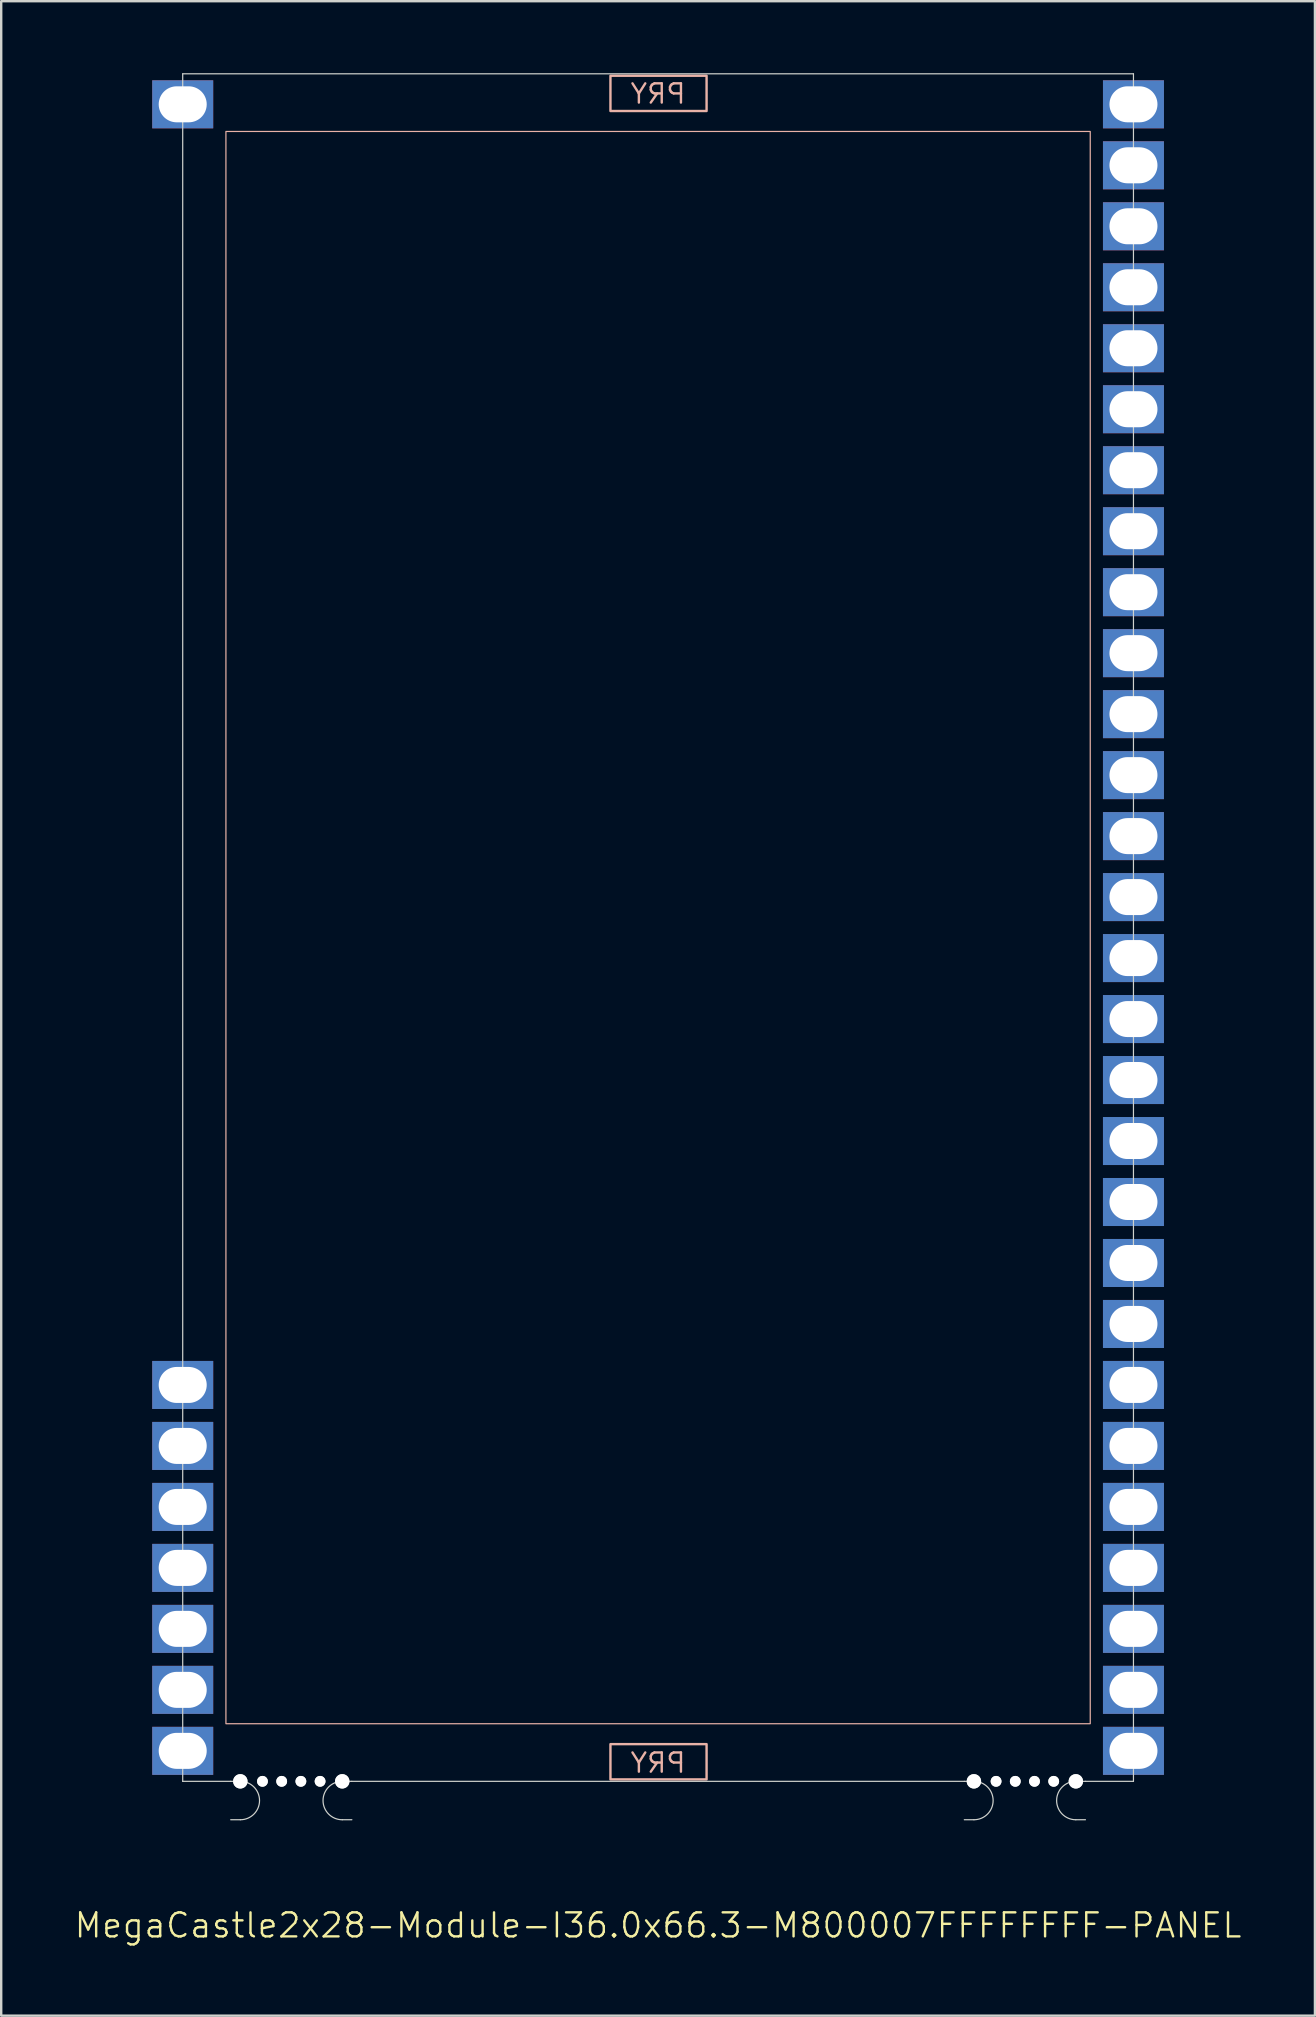
<source format=kicad_pcb>
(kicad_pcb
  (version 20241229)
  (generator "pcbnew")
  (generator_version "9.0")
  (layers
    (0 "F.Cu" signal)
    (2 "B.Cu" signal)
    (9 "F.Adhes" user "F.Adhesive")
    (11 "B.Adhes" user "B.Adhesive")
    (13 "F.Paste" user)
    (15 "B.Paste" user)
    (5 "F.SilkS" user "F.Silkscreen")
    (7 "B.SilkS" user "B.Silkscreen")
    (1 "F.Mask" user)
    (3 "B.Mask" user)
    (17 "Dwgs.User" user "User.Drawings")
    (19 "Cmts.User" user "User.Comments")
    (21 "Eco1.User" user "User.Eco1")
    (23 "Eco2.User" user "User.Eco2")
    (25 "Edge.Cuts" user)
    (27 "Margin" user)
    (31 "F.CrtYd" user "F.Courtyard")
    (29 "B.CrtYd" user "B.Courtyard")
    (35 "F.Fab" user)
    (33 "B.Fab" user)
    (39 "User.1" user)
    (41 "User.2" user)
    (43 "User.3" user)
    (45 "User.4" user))
  (footprint "MegaCastle2x28-Module-I36.0x66.3-M800007FFFFFFFF-PANEL"
    (layer "F.Cu")
    (at 24.36 35.585)
    (property "Reference" "MegaCastle2x28-Module-I36.0x66.3-M800007FFFFFFFF-PANEL" (at 0 41.56 0) (unlocked yes) (layer "F.SilkS") (effects (font (size 1 1) (thickness 0.1))))
    (attr smd)
    (fp_rect (start -18 33.16) (end 18 -33.16) (stroke (width 0.05) (type default)) (fill no) (layer "B.SilkS"))
    (fp_rect (start -1.984 -34.011) (end 2.02 -35.48) (stroke (width 0.1) (type default)) (fill no) (layer "B.SilkS"))
    (fp_rect (start -1.984 34.011) (end 2.02 35.48) (stroke (width 0.1) (type default)) (fill no) (layer "B.SilkS"))
    (fp_line (start -19.8 -35.56) (end -19.8 35.56) (stroke (width 0.05) (type default)) (layer "Edge.Cuts"))
    (fp_line (start -19.8 -35.56) (end 19.8 -35.56) (stroke (width 0.05) (type default)) (layer "Edge.Cuts"))
    (fp_line (start -19.8 35.56) (end -17.8 35.56) (stroke (width 0.05) (type default)) (layer "Edge.Cuts"))
    (fp_line (start -17.8 35.56) (end -17.4 35.56) (stroke (width 0.05) (type default)) (layer "Edge.Cuts"))
    (fp_line (start -17.8 37.16) (end -17.4 37.16) (stroke (width 0.05) (type default)) (layer "Edge.Cuts"))
    (fp_line (start -12.755 35.56) (end -13.155 35.56) (stroke (width 0.05) (type default)) (layer "Edge.Cuts"))
    (fp_line (start -12.755 35.56) (end 12.755 35.56) (stroke (width 0.05) (type default)) (layer "Edge.Cuts"))
    (fp_line (start -12.755 37.16) (end -13.155 37.16) (stroke (width 0.05) (type default)) (layer "Edge.Cuts"))
    (fp_line (start 12.755 35.56) (end 13.155 35.56) (stroke (width 0.05) (type default)) (layer "Edge.Cuts"))
    (fp_line (start 12.755 37.16) (end 13.155 37.16) (stroke (width 0.05) (type default)) (layer "Edge.Cuts"))
    (fp_line (start 17.8 35.56) (end 17.4 35.56) (stroke (width 0.05) (type default)) (layer "Edge.Cuts"))
    (fp_line (start 17.8 35.56) (end 19.8 35.56) (stroke (width 0.05) (type default)) (layer "Edge.Cuts"))
    (fp_line (start 17.8 37.16) (end 17.4 37.16) (stroke (width 0.05) (type default)) (layer "Edge.Cuts"))
    (fp_line (start 19.8 -35.56) (end 19.8 35.56) (stroke (width 0.05) (type default)) (layer "Edge.Cuts"))
    (fp_arc (start -17.4 35.560001) (mid -16.6 36.360001) (end -17.4 37.16) (stroke (width 0.05) (type default)) (layer "Edge.Cuts"))
    (fp_arc (start -13.155 37.16) (mid -13.954999 36.360001) (end -13.155 35.560001) (stroke (width 0.05) (type default)) (layer "Edge.Cuts"))
    (fp_arc (start 13.155001 35.560001) (mid 13.955 36.360001) (end 13.155001 37.16) (stroke (width 0.05) (type default)) (layer "Edge.Cuts"))
    (fp_arc (start 17.4 37.16) (mid 16.6 36.36) (end 17.4 35.560001) (stroke (width 0.05) (type default)) (layer "Edge.Cuts"))
    (fp_text user "PRY" (at 0 -34.26 0) (unlocked yes) (layer "B.SilkS") (effects (font (size 0.8 0.8) (thickness 0.1)) (justify bottom mirror)))
    (fp_text user "PRY" (at 0 35.26 0) (unlocked yes) (layer "B.SilkS") (effects (font (size 0.8 0.8) (thickness 0.1)) (justify bottom mirror)))
    (pad "" np_thru_hole circle (at -17.4 35.56) (size 0.6 0.6) (drill 0.6) (layers "*.Cu" "Edge.Cuts"))
    (pad "" np_thru_hole circle (at -16.478 35.56) (size 0.45 0.45) (drill 0.45) (layers "*.Cu" "Edge.Cuts"))
    (pad "" np_thru_hole circle (at -15.678 35.56) (size 0.45 0.45) (drill 0.45) (layers "*.Cu" "Edge.Cuts"))
    (pad "" np_thru_hole circle (at -14.878 35.56) (size 0.45 0.45) (drill 0.45) (layers "*.Cu" "Edge.Cuts"))
    (pad "" np_thru_hole circle (at -14.078 35.56) (size 0.45 0.45) (drill 0.45) (layers "*.Cu" "Edge.Cuts"))
    (pad "" np_thru_hole circle (at -13.155 35.56) (size 0.6 0.6) (drill 0.6) (layers "*.Cu" "Edge.Cuts"))
    (pad "" np_thru_hole circle (at 13.155 35.56) (size 0.6 0.6) (drill 0.6) (layers "*.Cu" "Edge.Cuts"))
    (pad "" np_thru_hole circle (at 14.078 35.56) (size 0.45 0.45) (drill 0.45) (layers "*.Cu" "Edge.Cuts"))
    (pad "" np_thru_hole circle (at 14.878 35.56) (size 0.45 0.45) (drill 0.45) (layers "*.Cu" "Edge.Cuts"))
    (pad "" np_thru_hole circle (at 15.678 35.56) (size 0.45 0.45) (drill 0.45) (layers "*.Cu" "Edge.Cuts"))
    (pad "" np_thru_hole circle (at 16.478 35.56) (size 0.45 0.45) (drill 0.45) (layers "*.Cu" "Edge.Cuts"))
    (pad "" np_thru_hole circle (at 17.4 35.56) (size 0.6 0.6) (drill 0.6) (layers "*.Cu" "Edge.Cuts"))
    (pad "1" thru_hole rect (at -19.8 -34.29) (size 2.54 2) (drill oval 2 1.5) (property pad_prop_castellated) (layers "*.Cu" "*.Mask"))
    (pad "22" thru_hole rect (at -19.8 19.05) (size 2.54 2) (drill oval 2 1.5) (property pad_prop_castellated) (layers "*.Cu" "*.Mask"))
    (pad "23" thru_hole rect (at -19.8 21.59) (size 2.54 2) (drill oval 2 1.5) (property pad_prop_castellated) (layers "*.Cu" "*.Mask"))
    (pad "24" thru_hole rect (at -19.8 24.13) (size 2.54 2) (drill oval 2 1.5) (property pad_prop_castellated) (layers "*.Cu" "*.Mask"))
    (pad "25" thru_hole rect (at -19.8 26.67) (size 2.54 2) (drill oval 2 1.5) (property pad_prop_castellated) (layers "*.Cu" "*.Mask"))
    (pad "26" thru_hole rect (at -19.8 29.21) (size 2.54 2) (drill oval 2 1.5) (property pad_prop_castellated) (layers "*.Cu" "*.Mask"))
    (pad "27" thru_hole rect (at -19.8 31.75) (size 2.54 2) (drill oval 2 1.5) (property pad_prop_castellated) (layers "*.Cu" "*.Mask"))
    (pad "28" thru_hole rect (at -19.8 34.29) (size 2.54 2) (drill oval 2 1.5) (property pad_prop_castellated) (layers "*.Cu" "*.Mask"))
    (pad "29" thru_hole rect (at 19.8 -34.29) (size 2.54 2) (drill oval 2 1.5) (property pad_prop_castellated) (layers "*.Cu" "*.Mask"))
    (pad "30" thru_hole rect (at 19.8 -31.75) (size 2.54 2) (drill oval 2 1.5) (property pad_prop_castellated) (layers "*.Cu" "*.Mask"))
    (pad "31" thru_hole rect (at 19.8 -29.21) (size 2.54 2) (drill oval 2 1.5) (property pad_prop_castellated) (layers "*.Cu" "*.Mask"))
    (pad "32" thru_hole rect (at 19.8 -26.67) (size 2.54 2) (drill oval 2 1.5) (property pad_prop_castellated) (layers "*.Cu" "*.Mask"))
    (pad "33" thru_hole rect (at 19.8 -24.13) (size 2.54 2) (drill oval 2 1.5) (property pad_prop_castellated) (layers "*.Cu" "*.Mask"))
    (pad "34" thru_hole rect (at 19.8 -21.59) (size 2.54 2) (drill oval 2 1.5) (property pad_prop_castellated) (layers "*.Cu" "*.Mask"))
    (pad "35" thru_hole rect (at 19.8 -19.05) (size 2.54 2) (drill oval 2 1.5) (property pad_prop_castellated) (layers "*.Cu" "*.Mask"))
    (pad "36" thru_hole rect (at 19.8 -16.51) (size 2.54 2) (drill oval 2 1.5) (property pad_prop_castellated) (layers "*.Cu" "*.Mask"))
    (pad "37" thru_hole rect (at 19.8 -13.97) (size 2.54 2) (drill oval 2 1.5) (property pad_prop_castellated) (layers "*.Cu" "*.Mask"))
    (pad "38" thru_hole rect (at 19.8 -11.43) (size 2.54 2) (drill oval 2 1.5) (property pad_prop_castellated) (layers "*.Cu" "*.Mask"))
    (pad "39" thru_hole rect (at 19.8 -8.89) (size 2.54 2) (drill oval 2 1.5) (property pad_prop_castellated) (layers "*.Cu" "*.Mask"))
    (pad "40" thru_hole rect (at 19.8 -6.35) (size 2.54 2) (drill oval 2 1.5) (property pad_prop_castellated) (layers "*.Cu" "*.Mask"))
    (pad "41" thru_hole rect (at 19.8 -3.81) (size 2.54 2) (drill oval 2 1.5) (property pad_prop_castellated) (layers "*.Cu" "*.Mask"))
    (pad "42" thru_hole rect (at 19.8 -1.27) (size 2.54 2) (drill oval 2 1.5) (property pad_prop_castellated) (layers "*.Cu" "*.Mask"))
    (pad "43" thru_hole rect (at 19.8 1.27) (size 2.54 2) (drill oval 2 1.5) (property pad_prop_castellated) (layers "*.Cu" "*.Mask"))
    (pad "44" thru_hole rect (at 19.8 3.81) (size 2.54 2) (drill oval 2 1.5) (property pad_prop_castellated) (layers "*.Cu" "*.Mask"))
    (pad "45" thru_hole rect (at 19.8 6.35) (size 2.54 2) (drill oval 2 1.5) (property pad_prop_castellated) (layers "*.Cu" "*.Mask"))
    (pad "46" thru_hole rect (at 19.8 8.89) (size 2.54 2) (drill oval 2 1.5) (property pad_prop_castellated) (layers "*.Cu" "*.Mask"))
    (pad "47" thru_hole rect (at 19.8 11.43) (size 2.54 2) (drill oval 2 1.5) (property pad_prop_castellated) (layers "*.Cu" "*.Mask"))
    (pad "48" thru_hole rect (at 19.8 13.97) (size 2.54 2) (drill oval 2 1.5) (property pad_prop_castellated) (layers "*.Cu" "*.Mask"))
    (pad "49" thru_hole rect (at 19.8 16.51) (size 2.54 2) (drill oval 2 1.5) (property pad_prop_castellated) (layers "*.Cu" "*.Mask"))
    (pad "50" thru_hole rect (at 19.8 19.05) (size 2.54 2) (drill oval 2 1.5) (property pad_prop_castellated) (layers "*.Cu" "*.Mask"))
    (pad "51" thru_hole rect (at 19.8 21.59) (size 2.54 2) (drill oval 2 1.5) (property pad_prop_castellated) (layers "*.Cu" "*.Mask"))
    (pad "52" thru_hole rect (at 19.8 24.13) (size 2.54 2) (drill oval 2 1.5) (property pad_prop_castellated) (layers "*.Cu" "*.Mask"))
    (pad "53" thru_hole rect (at 19.8 26.67) (size 2.54 2) (drill oval 2 1.5) (property pad_prop_castellated) (layers "*.Cu" "*.Mask"))
    (pad "54" thru_hole rect (at 19.8 29.21) (size 2.54 2) (drill oval 2 1.5) (property pad_prop_castellated) (layers "*.Cu" "*.Mask"))
    (pad "55" thru_hole rect (at 19.8 31.75) (size 2.54 2) (drill oval 2 1.5) (property pad_prop_castellated) (layers "*.Cu" "*.Mask"))
    (pad "56" thru_hole rect (at 19.8 34.29) (size 2.54 2) (drill oval 2 1.5) (property pad_prop_castellated) (layers "*.Cu" "*.Mask"))
    (zone (net_name "") (layer "B.Cu") (hatch edge 0.5) (connect_pads) (min_thickness 0.25) (filled_areas_thickness no) (keepout (tracks allowed) (vias allowed) (pads allowed) (copperpour allowed) (footprints not_allowed)) (placement (enabled no)) (fill) (polygon (pts (xy 4.56 71.145) (xy 4.56 0.025) (xy 6.36 0.025) (xy 6.36 71.145))))
    (zone (net_name "") (layer "B.Cu") (hatch edge 0.5) (connect_pads) (min_thickness 0.25) (filled_areas_thickness no) (keepout (tracks allowed) (vias allowed) (pads allowed) (copperpour allowed) (footprints not_allowed)) (placement (enabled no)) (fill) (polygon (pts (xy 6.36 0.025) (xy 6.36 2.425) (xy 42.36 2.425) (xy 42.36 0.025))))
    (zone (net_name "") (layer "B.Cu") (hatch edge 0.5) (connect_pads) (min_thickness 0.25) (filled_areas_thickness no) (keepout (tracks allowed) (vias allowed) (pads allowed) (copperpour allowed) (footprints not_allowed)) (placement (enabled no)) (fill) (polygon (pts (xy 6.36 71.145) (xy 6.36 68.745) (xy 42.36 68.745) (xy 42.36 71.145))))
    (zone (net_name "") (layer "B.Cu") (name "Upper Pry Zone") (hatch edge 0.5) (connect_pads) (min_thickness 0.25) (filled_areas_thickness no) (keepout (tracks not_allowed) (vias not_allowed) (pads not_allowed) (copperpour allowed) (footprints not_allowed)) (placement (enabled no)) (fill) (polygon (pts (xy 22.375 1.574) (xy 22.375 0.105) (xy 26.379 0.105) (xy 26.379 1.574))))
    (zone (net_name "") (layer "B.Cu") (name "Upper Pry Zone") (hatch edge 0.5) (connect_pads) (min_thickness 0.25) (filled_areas_thickness no) (keepout (tracks not_allowed) (vias not_allowed) (pads not_allowed) (copperpour allowed) (footprints not_allowed)) (placement (enabled no)) (fill) (polygon (pts (xy 22.375 69.596) (xy 22.375 71.065) (xy 26.379 71.065) (xy 26.379 69.596))))
    (zone (net_name "") (layer "B.Cu") (hatch edge 0.5) (connect_pads) (min_thickness 0.25) (filled_areas_thickness no) (keepout (tracks allowed) (vias allowed) (pads allowed) (copperpour allowed) (footprints not_allowed)) (placement (enabled no)) (fill) (polygon (pts (xy 44.16 71.145) (xy 44.16 0.025) (xy 42.36 0.025) (xy 42.36 71.145)))))
  (gr_rect
    (start -3 -3)
    (end 51.719 80.906)
    (stroke (width 0.1) (type default))
    (fill no)
    (layer "Edge.Cuts")))
</source>
